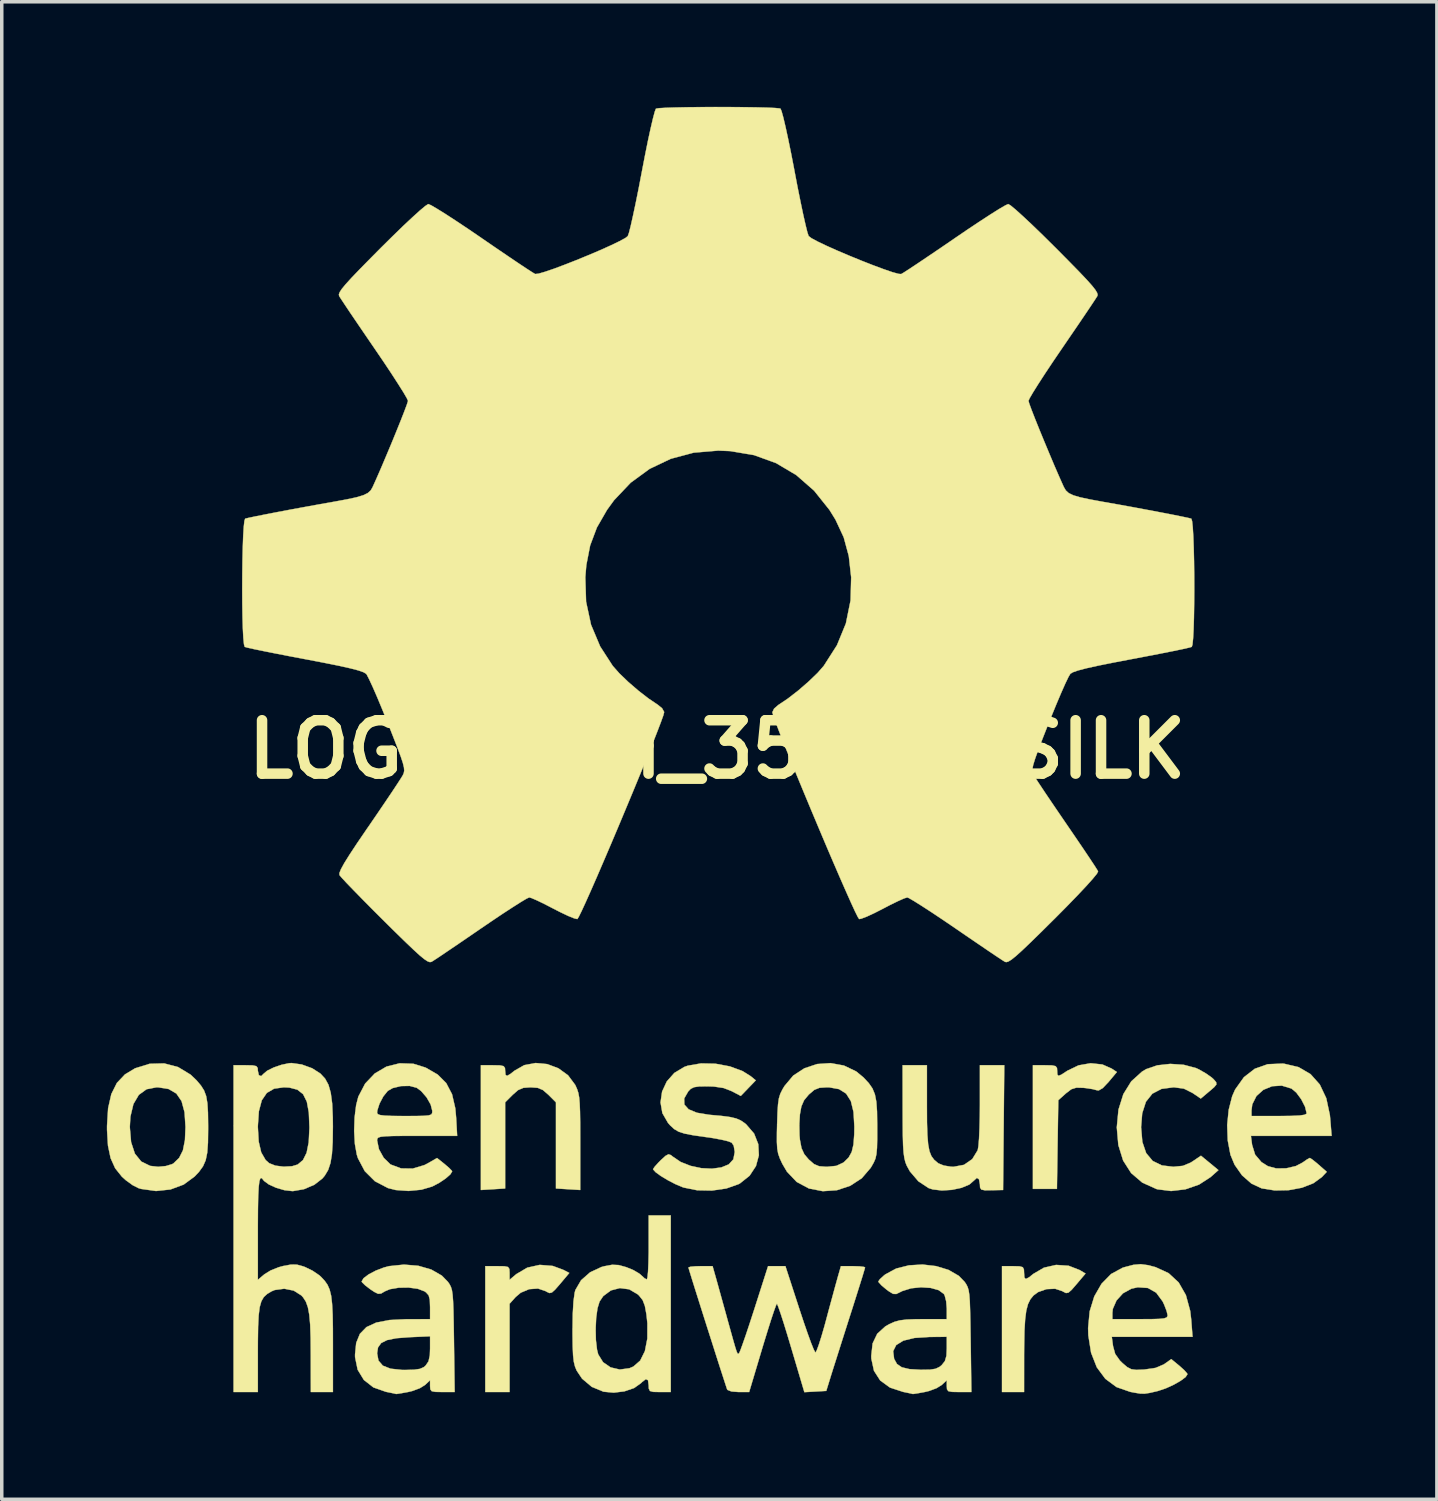
<source format=kicad_pcb>
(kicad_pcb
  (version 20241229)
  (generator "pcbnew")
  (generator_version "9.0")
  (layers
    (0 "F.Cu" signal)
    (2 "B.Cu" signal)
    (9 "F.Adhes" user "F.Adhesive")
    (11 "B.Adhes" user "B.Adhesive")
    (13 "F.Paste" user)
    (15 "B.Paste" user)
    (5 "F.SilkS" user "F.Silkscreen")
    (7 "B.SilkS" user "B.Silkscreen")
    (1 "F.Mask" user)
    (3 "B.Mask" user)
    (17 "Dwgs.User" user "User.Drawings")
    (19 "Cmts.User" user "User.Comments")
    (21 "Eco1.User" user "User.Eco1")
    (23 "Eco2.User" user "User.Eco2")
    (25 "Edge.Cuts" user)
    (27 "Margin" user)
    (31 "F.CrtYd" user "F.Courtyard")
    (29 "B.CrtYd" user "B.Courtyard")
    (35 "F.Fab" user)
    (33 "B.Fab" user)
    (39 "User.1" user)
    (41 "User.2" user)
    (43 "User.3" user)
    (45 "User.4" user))
  (footprint "LOGO_OSH_35MM_FSILK"
    (layer "F.Cu")
    (at 17.42 18.343)
    (property "Reference" "LOGO_OSH_35MM_FSILK" (at 0 0 0) (layer "F.SilkS") (effects (font (size 1.524 1.524) (thickness 0.3))))
    (attr through_hole)
    (fp_poly (pts (xy -4.692 14.742) (xy -4.397 14.851) (xy -4.22 14.942) (xy -4.48 15.252) (xy -4.624 15.417) (xy -4.716 15.5) (xy -4.787 15.516) (xy -4.866 15.479) (xy -4.893 15.462) (xy -5.113 15.387) (xy -5.366 15.405) (xy -5.608 15.507) (xy -5.751 15.628) (xy -5.925 15.822) (xy -5.925 18.341) (xy -6.618 18.341) (xy -6.618 14.748) (xy -6.271 14.748) (xy -6.073 14.751) (xy -5.97 14.772) (xy -5.931 14.828) (xy -5.925 14.936) (xy -5.925 14.943) (xy -5.925 15.138) (xy -5.733 14.976) (xy -5.419 14.791) (xy -5.063 14.712) (xy -4.692 14.742)) (stroke (width 0.01) (type solid)) (fill yes) (layer "F.SilkS"))
    (fp_poly (pts (xy 10.997 8.992) (xy 11.258 9.107) (xy 11.41 9.207) (xy 11.174 9.489) (xy 11.009 9.664) (xy 10.891 9.733) (xy 10.842 9.728) (xy 10.723 9.696) (xy 10.537 9.667) (xy 10.454 9.658) (xy 10.254 9.653) (xy 10.11 9.698) (xy 9.958 9.814) (xy 9.95 9.821) (xy 9.738 10.011) (xy 9.718 11.277) (xy 9.699 12.542) (xy 9.013 12.542) (xy 9.013 9.013) (xy 9.36 9.013) (xy 9.558 9.017) (xy 9.661 9.039) (xy 9.701 9.092) (xy 9.706 9.17) (xy 9.711 9.279) (xy 9.743 9.316) (xy 9.828 9.281) (xy 9.99 9.175) (xy 9.993 9.172) (xy 10.315 9.017) (xy 10.661 8.956) (xy 10.997 8.992)) (stroke (width 0.01) (type solid)) (fill yes) (layer "F.SilkS"))
    (fp_poly (pts (xy 10.033 14.737) (xy 10.347 14.859) (xy 10.515 14.959) (xy 10.261 15.26) (xy 10.12 15.423) (xy 10.029 15.503) (xy 9.958 15.516) (xy 9.877 15.476) (xy 9.855 15.462) (xy 9.648 15.393) (xy 9.401 15.404) (xy 9.164 15.487) (xy 9.03 15.585) (xy 8.941 15.694) (xy 8.873 15.832) (xy 8.824 16.016) (xy 8.792 16.264) (xy 8.772 16.593) (xy 8.764 17.021) (xy 8.762 17.285) (xy 8.761 18.341) (xy 8.131 18.341) (xy 8.131 14.748) (xy 8.446 14.748) (xy 8.632 14.753) (xy 8.725 14.778) (xy 8.757 14.844) (xy 8.761 14.937) (xy 8.77 15.073) (xy 8.811 15.115) (xy 8.906 15.065) (xy 9.022 14.971) (xy 9.328 14.792) (xy 9.676 14.713) (xy 10.033 14.737)) (stroke (width 0.01) (type solid)) (fill yes) (layer "F.SilkS"))
    (fp_poly (pts (xy -4.85 8.981) (xy -4.532 9.1) (xy -4.257 9.299) (xy -4.053 9.572) (xy -4.041 9.596) (xy -3.997 9.696) (xy -3.963 9.801) (xy -3.939 9.93) (xy -3.924 10.102) (xy -3.914 10.337) (xy -3.909 10.652) (xy -3.908 11.069) (xy -3.908 11.223) (xy -3.908 12.574) (xy -4.601 12.531) (xy -4.601 10.072) (xy -4.815 9.857) (xy -4.974 9.72) (xy -5.124 9.658) (xy -5.326 9.643) (xy -5.531 9.658) (xy -5.681 9.722) (xy -5.836 9.857) (xy -6.051 10.072) (xy -6.051 12.531) (xy -6.744 12.574) (xy -6.744 9.013) (xy -6.397 9.013) (xy -6.199 9.017) (xy -6.095 9.039) (xy -6.056 9.092) (xy -6.051 9.17) (xy -6.04 9.288) (xy -5.995 9.317) (xy -5.894 9.257) (xy -5.79 9.173) (xy -5.507 9.011) (xy -5.184 8.95) (xy -4.85 8.981)) (stroke (width 0.01) (type solid)) (fill yes) (layer "F.SilkS"))
    (fp_poly (pts (xy 13.319 9.001) (xy 13.665 9.093) (xy 13.755 9.134) (xy 13.953 9.248) (xy 14.12 9.366) (xy 14.176 9.418) (xy 14.244 9.498) (xy 14.252 9.561) (xy 14.186 9.641) (xy 14.052 9.756) (xy 13.805 9.964) (xy 13.569 9.804) (xy 13.322 9.681) (xy 13.04 9.643) (xy 13.029 9.643) (xy 12.685 9.688) (xy 12.422 9.825) (xy 12.239 10.056) (xy 12.133 10.384) (xy 12.101 10.781) (xy 12.137 11.202) (xy 12.246 11.521) (xy 12.431 11.744) (xy 12.695 11.873) (xy 13.022 11.912) (xy 13.295 11.885) (xy 13.519 11.791) (xy 13.577 11.754) (xy 13.81 11.596) (xy 14.06 11.801) (xy 14.309 12.007) (xy 14.082 12.208) (xy 13.755 12.42) (xy 13.366 12.555) (xy 12.958 12.603) (xy 12.572 12.555) (xy 12.542 12.547) (xy 12.136 12.364) (xy 11.818 12.092) (xy 11.589 11.734) (xy 11.452 11.292) (xy 11.408 10.788) (xy 11.456 10.28) (xy 11.595 9.838) (xy 11.821 9.473) (xy 12.127 9.196) (xy 12.249 9.123) (xy 12.563 9.016) (xy 12.935 8.975) (xy 13.319 9.001)) (stroke (width 0.01) (type solid)) (fill yes) (layer "F.SilkS"))
    (fp_poly (pts (xy 5.988 10.182) (xy 5.99 10.647) (xy 6.001 11.003) (xy 6.023 11.27) (xy 6.06 11.465) (xy 6.116 11.607) (xy 6.195 11.713) (xy 6.299 11.801) (xy 6.316 11.814) (xy 6.469 11.876) (xy 6.678 11.91) (xy 6.749 11.912) (xy 7.047 11.856) (xy 7.282 11.693) (xy 7.438 11.438) (xy 7.458 11.323) (xy 7.476 11.106) (xy 7.489 10.811) (xy 7.498 10.461) (xy 7.5 10.143) (xy 7.5 9.013) (xy 8.196 9.013) (xy 8.179 10.793) (xy 8.162 12.574) (xy 7.831 12.581) (xy 7.639 12.582) (xy 7.541 12.562) (xy 7.505 12.504) (xy 7.5 12.408) (xy 7.475 12.269) (xy 7.414 12.228) (xy 7.339 12.297) (xy 7.2 12.418) (xy 6.975 12.512) (xy 6.701 12.57) (xy 6.416 12.588) (xy 6.156 12.558) (xy 6.038 12.52) (xy 5.745 12.327) (xy 5.503 12.044) (xy 5.413 11.881) (xy 5.373 11.78) (xy 5.344 11.662) (xy 5.322 11.507) (xy 5.308 11.297) (xy 5.3 11.012) (xy 5.297 10.633) (xy 5.296 10.321) (xy 5.294 9.013) (xy 5.988 9.013) (xy 5.988 10.182)) (stroke (width 0.01) (type solid)) (fill yes) (layer "F.SilkS"))
    (fp_poly (pts (xy -15.388 9.065) (xy -15.031 9.281) (xy -14.86 9.444) (xy -14.734 9.593) (xy -14.645 9.734) (xy -14.586 9.892) (xy -14.551 10.094) (xy -14.534 10.365) (xy -14.529 10.729) (xy -14.529 10.841) (xy -14.534 11.224) (xy -14.555 11.509) (xy -14.599 11.724) (xy -14.675 11.897) (xy -14.789 12.055) (xy -14.916 12.19) (xy -15.227 12.419) (xy -15.604 12.559) (xy -16.017 12.603) (xy -16.438 12.544) (xy -16.513 12.523) (xy -16.683 12.437) (xy -16.879 12.295) (xy -16.992 12.193) (xy -17.183 11.953) (xy -17.313 11.665) (xy -17.388 11.307) (xy -17.415 10.856) (xy -17.415 10.778) (xy -16.765 10.778) (xy -16.728 11.209) (xy -16.62 11.537) (xy -16.438 11.762) (xy -16.184 11.886) (xy -15.955 11.912) (xy -15.737 11.891) (xy -15.557 11.836) (xy -15.518 11.814) (xy -15.356 11.657) (xy -15.249 11.444) (xy -15.191 11.151) (xy -15.175 10.778) (xy -15.202 10.355) (xy -15.287 10.039) (xy -15.436 9.821) (xy -15.656 9.692) (xy -15.952 9.644) (xy -16.001 9.643) (xy -16.286 9.698) (xy -16.507 9.858) (xy -16.662 10.121) (xy -16.748 10.481) (xy -16.765 10.778) (xy -17.415 10.778) (xy -17.415 10.746) (xy -17.384 10.241) (xy -17.292 9.836) (xy -17.134 9.519) (xy -16.903 9.275) (xy -16.615 9.101) (xy -16.199 8.972) (xy -15.784 8.961) (xy -15.388 9.065)) (stroke (width 0.01) (type solid)) (fill yes) (layer "F.SilkS"))
    (fp_poly (pts (xy 16.184 8.97) (xy 16.598 9.068) (xy 16.938 9.267) (xy 17.202 9.563) (xy 17.387 9.954) (xy 17.49 10.437) (xy 17.5 10.541) (xy 17.54 11.03) (xy 15.236 11.03) (xy 15.27 11.287) (xy 15.356 11.565) (xy 15.536 11.778) (xy 15.72 11.894) (xy 15.955 11.958) (xy 16.239 11.956) (xy 16.516 11.892) (xy 16.704 11.795) (xy 16.832 11.706) (xy 16.912 11.661) (xy 16.918 11.66) (xy 16.98 11.698) (xy 17.101 11.794) (xy 17.175 11.858) (xy 17.401 12.056) (xy 17.262 12.204) (xy 17.02 12.381) (xy 16.693 12.509) (xy 16.315 12.579) (xy 15.918 12.587) (xy 15.545 12.528) (xy 15.251 12.391) (xy 14.983 12.156) (xy 14.77 11.853) (xy 14.652 11.569) (xy 14.575 11.162) (xy 14.559 10.72) (xy 14.601 10.299) (xy 15.253 10.299) (xy 15.253 10.463) (xy 16.04 10.463) (xy 16.389 10.459) (xy 16.627 10.448) (xy 16.767 10.427) (xy 16.824 10.396) (xy 16.827 10.384) (xy 16.782 10.199) (xy 16.673 9.985) (xy 16.532 9.794) (xy 16.395 9.679) (xy 16.117 9.595) (xy 15.841 9.612) (xy 15.591 9.715) (xy 15.394 9.892) (xy 15.275 10.128) (xy 15.253 10.299) (xy 14.601 10.299) (xy 14.602 10.285) (xy 14.701 9.899) (xy 14.785 9.708) (xy 15.036 9.355) (xy 15.346 9.114) (xy 15.715 8.984) (xy 16.142 8.966) (xy 16.184 8.97)) (stroke (width 0.01) (type solid)) (fill yes) (layer "F.SilkS"))
    (fp_poly (pts (xy 12.306 14.721) (xy 12.517 14.778) (xy 12.886 14.948) (xy 13.174 15.214) (xy 13.38 15.574) (xy 13.503 16.026) (xy 13.531 16.263) (xy 13.57 16.765) (xy 11.265 16.765) (xy 11.301 17.033) (xy 11.362 17.254) (xy 11.495 17.441) (xy 11.568 17.513) (xy 11.705 17.63) (xy 11.821 17.69) (xy 11.964 17.709) (xy 12.183 17.7) (xy 12.189 17.7) (xy 12.516 17.652) (xy 12.749 17.553) (xy 12.771 17.538) (xy 12.963 17.402) (xy 13.194 17.592) (xy 13.33 17.714) (xy 13.413 17.807) (xy 13.425 17.833) (xy 13.371 17.915) (xy 13.228 18.021) (xy 13.03 18.134) (xy 12.806 18.236) (xy 12.588 18.309) (xy 12.559 18.317) (xy 12.346 18.366) (xy 12.203 18.388) (xy 12.077 18.386) (xy 11.917 18.36) (xy 11.791 18.336) (xy 11.4 18.2) (xy 11.081 17.964) (xy 10.837 17.635) (xy 10.674 17.22) (xy 10.595 16.724) (xy 10.589 16.515) (xy 10.63 16.081) (xy 11.282 16.081) (xy 11.282 16.261) (xy 12.07 16.261) (xy 12.398 16.26) (xy 12.621 16.253) (xy 12.757 16.239) (xy 12.829 16.214) (xy 12.855 16.175) (xy 12.858 16.148) (xy 12.83 16.028) (xy 12.761 15.849) (xy 12.716 15.754) (xy 12.533 15.506) (xy 12.295 15.371) (xy 12.008 15.351) (xy 11.823 15.392) (xy 11.585 15.523) (xy 11.399 15.728) (xy 11.294 15.969) (xy 11.282 16.081) (xy 10.63 16.081) (xy 10.634 16.038) (xy 10.765 15.612) (xy 10.972 15.251) (xy 11.244 14.973) (xy 11.571 14.795) (xy 11.623 14.778) (xy 11.885 14.71) (xy 12.092 14.692) (xy 12.306 14.721)) (stroke (width 0.01) (type solid)) (fill yes) (layer "F.SilkS"))
    (fp_poly (pts (xy -1.324 18.341) (xy -1.639 18.341) (xy -1.825 18.337) (xy -1.918 18.311) (xy -1.95 18.245) (xy -1.954 18.152) (xy -1.973 18.004) (xy -2.035 17.973) (xy -2.145 18.058) (xy -2.172 18.086) (xy -2.37 18.227) (xy -2.645 18.321) (xy -2.952 18.359) (xy -3.242 18.332) (xy -3.577 18.194) (xy -3.855 17.96) (xy -4.009 17.73) (xy -4.057 17.613) (xy -4.091 17.475) (xy -4.112 17.291) (xy -4.123 17.037) (xy -4.128 16.689) (xy -4.128 16.576) (xy -4.127 16.542) (xy -3.468 16.542) (xy -3.461 16.857) (xy -3.429 17.13) (xy -3.395 17.266) (xy -3.256 17.49) (xy -3.041 17.638) (xy -2.78 17.699) (xy -2.504 17.662) (xy -2.393 17.615) (xy -2.196 17.444) (xy -2.062 17.173) (xy -1.992 16.814) (xy -1.991 16.378) (xy -2.018 16.126) (xy -2.063 15.881) (xy -2.126 15.717) (xy -2.228 15.589) (xy -2.267 15.552) (xy -2.51 15.409) (xy -2.776 15.374) (xy -3.034 15.441) (xy -3.251 15.603) (xy -3.356 15.758) (xy -3.415 15.95) (xy -3.453 16.225) (xy -3.468 16.542) (xy -4.127 16.542) (xy -4.121 16.11) (xy -4.1 15.749) (xy -4.066 15.502) (xy -4.046 15.429) (xy -3.884 15.151) (xy -3.626 14.924) (xy -3.301 14.772) (xy -3.223 14.751) (xy -2.997 14.709) (xy -2.812 14.717) (xy -2.594 14.777) (xy -2.39 14.861) (xy -2.225 14.958) (xy -2.172 15.003) (xy -2.07 15.096) (xy -2.007 15.127) (xy -1.988 15.067) (xy -1.972 14.904) (xy -1.961 14.659) (xy -1.954 14.355) (xy -1.954 14.213) (xy -1.954 13.299) (xy -1.324 13.299) (xy -1.324 18.341)) (stroke (width 0.01) (type solid)) (fill yes) (layer "F.SilkS"))
    (fp_poly (pts (xy 3.618 9.022) (xy 3.969 9.19) (xy 4.181 9.365) (xy 4.329 9.525) (xy 4.434 9.676) (xy 4.503 9.844) (xy 4.544 10.055) (xy 4.564 10.335) (xy 4.569 10.712) (xy 4.569 10.783) (xy 4.569 11.128) (xy 4.563 11.374) (xy 4.547 11.548) (xy 4.519 11.677) (xy 4.471 11.789) (xy 4.402 11.91) (xy 4.379 11.946) (xy 4.128 12.239) (xy 3.798 12.454) (xy 3.419 12.58) (xy 3.017 12.608) (xy 2.619 12.531) (xy 2.616 12.529) (xy 2.271 12.344) (xy 1.994 12.053) (xy 1.859 11.823) (xy 1.789 11.671) (xy 1.742 11.538) (xy 1.716 11.392) (xy 1.705 11.203) (xy 1.706 10.941) (xy 1.712 10.704) (xy 2.345 10.704) (xy 2.351 11.012) (xy 2.362 11.137) (xy 2.408 11.38) (xy 2.488 11.554) (xy 2.615 11.704) (xy 2.766 11.835) (xy 2.911 11.896) (xy 3.113 11.912) (xy 3.137 11.912) (xy 3.403 11.885) (xy 3.599 11.794) (xy 3.62 11.778) (xy 3.753 11.648) (xy 3.841 11.49) (xy 3.892 11.275) (xy 3.914 10.978) (xy 3.917 10.767) (xy 3.893 10.348) (xy 3.817 10.036) (xy 3.681 9.822) (xy 3.479 9.695) (xy 3.204 9.645) (xy 3.131 9.643) (xy 2.922 9.657) (xy 2.773 9.716) (xy 2.621 9.846) (xy 2.615 9.851) (xy 2.481 10.013) (xy 2.404 10.19) (xy 2.362 10.419) (xy 2.345 10.704) (xy 1.712 10.704) (xy 1.712 10.698) (xy 1.723 10.366) (xy 1.738 10.131) (xy 1.762 9.962) (xy 1.802 9.83) (xy 1.864 9.705) (xy 1.923 9.606) (xy 2.173 9.308) (xy 2.493 9.099) (xy 2.856 8.979) (xy 3.239 8.953) (xy 3.618 9.022)) (stroke (width 0.01) (type solid)) (fill yes) (layer "F.SilkS"))
    (fp_poly (pts (xy -8.668 8.972) (xy -8.32 9.081) (xy -7.979 9.278) (xy -7.732 9.525) (xy -7.567 9.841) (xy -7.474 10.243) (xy -7.45 10.51) (xy -7.421 11.03) (xy -8.564 11.03) (xy -8.969 11.03) (xy -9.264 11.033) (xy -9.468 11.041) (xy -9.597 11.054) (xy -9.669 11.076) (xy -9.699 11.107) (xy -9.706 11.151) (xy -9.706 11.158) (xy -9.654 11.41) (xy -9.518 11.655) (xy -9.331 11.838) (xy -9.316 11.848) (xy -9.02 11.958) (xy -8.689 11.963) (xy -8.355 11.863) (xy -8.268 11.818) (xy -7.995 11.662) (xy -7.779 11.834) (xy -7.648 11.947) (xy -7.571 12.027) (xy -7.563 12.043) (xy -7.615 12.128) (xy -7.747 12.244) (xy -7.93 12.368) (xy -8.131 12.474) (xy -8.443 12.566) (xy -8.81 12.601) (xy -9.173 12.575) (xy -9.396 12.519) (xy -9.77 12.323) (xy -10.058 12.036) (xy -10.253 11.667) (xy -10.285 11.567) (xy -10.34 11.262) (xy -10.361 10.891) (xy -10.348 10.504) (xy -10.331 10.366) (xy -9.706 10.366) (xy -9.689 10.407) (xy -9.624 10.434) (xy -9.492 10.451) (xy -9.275 10.46) (xy -8.952 10.463) (xy -8.918 10.463) (xy -8.592 10.462) (xy -8.371 10.457) (xy -8.235 10.445) (xy -8.163 10.421) (xy -8.135 10.381) (xy -8.131 10.322) (xy -8.131 10.314) (xy -8.177 10.134) (xy -8.294 9.929) (xy -8.45 9.749) (xy -8.574 9.657) (xy -8.777 9.603) (xy -9.026 9.608) (xy -9.261 9.665) (xy -9.402 9.746) (xy -9.529 9.903) (xy -9.638 10.11) (xy -9.701 10.308) (xy -9.706 10.366) (xy -10.331 10.366) (xy -10.304 10.15) (xy -10.242 9.91) (xy -10.047 9.537) (xy -9.772 9.248) (xy -9.438 9.052) (xy -9.063 8.958) (xy -8.668 8.972)) (stroke (width 0.01) (type solid)) (fill yes) (layer "F.SilkS"))
    (fp_poly (pts (xy -0.047 8.97) (xy 0.362 9.046) (xy 0.727 9.181) (xy 0.959 9.327) (xy 1.103 9.445) (xy 0.889 9.667) (xy 0.675 9.889) (xy 0.416 9.753) (xy 0.184 9.663) (xy -0.095 9.621) (xy -0.273 9.615) (xy -0.511 9.618) (xy -0.66 9.64) (xy -0.756 9.689) (xy -0.825 9.76) (xy -0.941 9.963) (xy -0.936 10.135) (xy -0.815 10.271) (xy -0.579 10.369) (xy -0.231 10.427) (xy -0.211 10.429) (xy 0.13 10.46) (xy 0.372 10.492) (xy 0.544 10.533) (xy 0.673 10.589) (xy 0.788 10.667) (xy 0.829 10.701) (xy 1.055 10.964) (xy 1.174 11.266) (xy 1.191 11.583) (xy 1.108 11.891) (xy 0.927 12.166) (xy 0.654 12.384) (xy 0.61 12.408) (xy 0.262 12.531) (xy -0.147 12.59) (xy -0.568 12.582) (xy -0.952 12.505) (xy -0.99 12.492) (xy -1.193 12.406) (xy -1.408 12.294) (xy -1.606 12.175) (xy -1.755 12.067) (xy -1.826 11.989) (xy -1.828 11.979) (xy -1.786 11.914) (xy -1.681 11.797) (xy -1.609 11.724) (xy -1.473 11.6) (xy -1.389 11.555) (xy -1.32 11.578) (xy -1.277 11.614) (xy -1.041 11.774) (xy -0.757 11.886) (xy -0.451 11.951) (xy -0.15 11.966) (xy 0.12 11.93) (xy 0.332 11.843) (xy 0.459 11.704) (xy 0.465 11.689) (xy 0.503 11.488) (xy 0.473 11.308) (xy 0.414 11.223) (xy 0.317 11.184) (xy 0.125 11.138) (xy -0.131 11.091) (xy -0.34 11.061) (xy -0.682 11.012) (xy -0.927 10.965) (xy -1.1 10.909) (xy -1.229 10.833) (xy -1.342 10.728) (xy -1.403 10.658) (xy -1.563 10.38) (xy -1.616 10.074) (xy -1.571 9.765) (xy -1.437 9.476) (xy -1.222 9.233) (xy -0.934 9.06) (xy -0.837 9.026) (xy -0.46 8.961) (xy -0.047 8.97)) (stroke (width 0.01) (type solid)) (fill yes) (layer "F.SilkS"))
    (fp_poly (pts (xy -8.529 14.738) (xy -8.16 14.845) (xy -7.859 15.018) (xy -7.684 15.197) (xy -7.635 15.269) (xy -7.598 15.343) (xy -7.57 15.436) (xy -7.551 15.566) (xy -7.537 15.75) (xy -7.527 16.006) (xy -7.52 16.351) (xy -7.513 16.801) (xy -7.512 16.876) (xy -7.492 18.341) (xy -7.843 18.341) (xy -8.043 18.337) (xy -8.147 18.317) (xy -8.187 18.264) (xy -8.194 18.172) (xy -8.194 18.004) (xy -8.339 18.14) (xy -8.485 18.231) (xy -8.696 18.31) (xy -8.82 18.34) (xy -9.007 18.374) (xy -9.132 18.394) (xy -9.163 18.397) (xy -9.223 18.382) (xy -9.367 18.352) (xy -9.454 18.335) (xy -9.812 18.209) (xy -10.084 17.996) (xy -10.261 17.705) (xy -10.335 17.346) (xy -10.336 17.276) (xy -10.332 17.235) (xy -9.706 17.235) (xy -9.667 17.444) (xy -9.542 17.589) (xy -9.322 17.675) (xy -8.996 17.71) (xy -8.91 17.711) (xy -8.651 17.704) (xy -8.484 17.68) (xy -8.374 17.631) (xy -8.32 17.585) (xy -8.239 17.466) (xy -8.201 17.294) (xy -8.194 17.104) (xy -8.194 16.75) (xy -8.783 16.776) (xy -9.157 16.805) (xy -9.421 16.858) (xy -9.59 16.943) (xy -9.68 17.068) (xy -9.706 17.235) (xy -10.332 17.235) (xy -10.303 16.94) (xy -10.197 16.68) (xy -10.01 16.488) (xy -9.731 16.359) (xy -9.353 16.286) (xy -8.871 16.262) (xy -8.194 16.261) (xy -8.194 15.916) (xy -8.202 15.706) (xy -8.235 15.58) (xy -8.31 15.497) (xy -8.352 15.467) (xy -8.545 15.394) (xy -8.807 15.359) (xy -9.089 15.363) (xy -9.341 15.406) (xy -9.484 15.466) (xy -9.592 15.53) (xy -9.678 15.537) (xy -9.787 15.483) (xy -9.901 15.407) (xy -10.046 15.296) (xy -10.134 15.21) (xy -10.147 15.184) (xy -10.092 15.092) (xy -9.947 14.983) (xy -9.744 14.876) (xy -9.515 14.788) (xy -9.365 14.748) (xy -8.939 14.704) (xy -8.529 14.738)) (stroke (width 0.01) (type solid)) (fill yes) (layer "F.SilkS"))
    (fp_poly (pts (xy 6.25 14.747) (xy 6.604 14.855) (xy 6.897 15.024) (xy 7.065 15.197) (xy 7.113 15.269) (xy 7.15 15.343) (xy 7.178 15.436) (xy 7.198 15.566) (xy 7.212 15.75) (xy 7.221 16.006) (xy 7.229 16.351) (xy 7.236 16.801) (xy 7.237 16.876) (xy 7.257 18.341) (xy 6.906 18.341) (xy 6.706 18.337) (xy 6.601 18.317) (xy 6.561 18.264) (xy 6.555 18.172) (xy 6.555 18.004) (xy 6.41 18.14) (xy 6.263 18.231) (xy 6.052 18.31) (xy 5.928 18.34) (xy 5.742 18.374) (xy 5.617 18.394) (xy 5.585 18.397) (xy 5.525 18.382) (xy 5.383 18.352) (xy 5.309 18.337) (xy 4.934 18.214) (xy 4.655 18.012) (xy 4.477 17.735) (xy 4.401 17.386) (xy 4.399 17.31) (xy 4.414 17.175) (xy 5.024 17.175) (xy 5.052 17.395) (xy 5.133 17.541) (xy 5.271 17.635) (xy 5.488 17.687) (xy 5.805 17.706) (xy 5.826 17.706) (xy 6.075 17.702) (xy 6.236 17.677) (xy 6.349 17.623) (xy 6.409 17.574) (xy 6.501 17.458) (xy 6.545 17.308) (xy 6.555 17.101) (xy 6.555 16.765) (xy 6.066 16.769) (xy 5.633 16.797) (xy 5.315 16.874) (xy 5.111 17) (xy 5.024 17.175) (xy 4.414 17.175) (xy 4.438 16.954) (xy 4.57 16.678) (xy 4.801 16.468) (xy 4.915 16.403) (xy 5.063 16.337) (xy 5.217 16.295) (xy 5.41 16.272) (xy 5.676 16.262) (xy 5.875 16.261) (xy 6.555 16.261) (xy 6.555 15.958) (xy 6.538 15.753) (xy 6.496 15.587) (xy 6.472 15.542) (xy 6.324 15.433) (xy 6.094 15.369) (xy 5.819 15.351) (xy 5.537 15.38) (xy 5.284 15.459) (xy 5.223 15.49) (xy 5.113 15.543) (xy 5.022 15.539) (xy 4.903 15.467) (xy 4.829 15.412) (xy 4.692 15.297) (xy 4.611 15.208) (xy 4.601 15.185) (xy 4.647 15.118) (xy 4.762 15.014) (xy 4.806 14.98) (xy 5.112 14.816) (xy 5.475 14.725) (xy 5.863 14.702) (xy 6.25 14.747)) (stroke (width 0.01) (type solid)) (fill yes) (layer "F.SilkS"))
    (fp_poly (pts (xy -0.036 15.079) (xy 0.017 15.268) (xy 0.093 15.543) (xy 0.183 15.867) (xy 0.277 16.206) (xy 0.283 16.23) (xy 0.389 16.611) (xy 0.466 16.887) (xy 0.52 17.073) (xy 0.557 17.186) (xy 0.582 17.241) (xy 0.601 17.253) (xy 0.618 17.24) (xy 0.629 17.229) (xy 0.662 17.155) (xy 0.726 16.979) (xy 0.816 16.722) (xy 0.923 16.401) (xy 1.042 16.036) (xy 1.066 15.962) (xy 1.454 14.748) (xy 1.949 14.748) (xy 2.35 15.981) (xy 2.473 16.351) (xy 2.586 16.677) (xy 2.682 16.941) (xy 2.756 17.124) (xy 2.801 17.21) (xy 2.806 17.214) (xy 2.841 17.156) (xy 2.9 16.998) (xy 2.976 16.759) (xy 3.062 16.463) (xy 3.103 16.312) (xy 3.197 15.96) (xy 3.289 15.623) (xy 3.368 15.332) (xy 3.427 15.12) (xy 3.438 15.079) (xy 3.533 14.748) (xy 3.878 14.748) (xy 4.067 14.754) (xy 4.193 14.77) (xy 4.223 14.785) (xy 4.204 14.852) (xy 4.153 15.023) (xy 4.073 15.279) (xy 3.971 15.603) (xy 3.852 15.979) (xy 3.775 16.218) (xy 3.641 16.639) (xy 3.513 17.041) (xy 3.399 17.401) (xy 3.305 17.696) (xy 3.24 17.904) (xy 3.222 17.963) (xy 3.115 18.309) (xy 2.802 18.327) (xy 2.49 18.345) (xy 2.116 17.083) (xy 2.003 16.706) (xy 1.901 16.375) (xy 1.814 16.106) (xy 1.748 15.917) (xy 1.711 15.825) (xy 1.705 15.82) (xy 1.677 15.877) (xy 1.619 16.038) (xy 1.537 16.284) (xy 1.438 16.599) (xy 1.326 16.963) (xy 1.291 17.08) (xy 0.914 18.341) (xy 0.613 18.341) (xy 0.409 18.325) (xy 0.297 18.281) (xy 0.284 18.262) (xy 0.24 18.129) (xy 0.168 17.907) (xy 0.073 17.614) (xy -0.038 17.267) (xy -0.159 16.886) (xy -0.286 16.489) (xy -0.411 16.095) (xy -0.529 15.721) (xy -0.635 15.386) (xy -0.722 15.108) (xy -0.784 14.906) (xy -0.816 14.799) (xy -0.819 14.786) (xy -0.762 14.765) (xy -0.615 14.752) (xy -0.474 14.748) (xy -0.13 14.748) (xy -0.036 15.079)) (stroke (width 0.01) (type solid)) (fill yes) (layer "F.SilkS"))
    (fp_poly (pts (xy -11.857 8.992) (xy -11.56 9.1) (xy -11.323 9.252) (xy -11.19 9.396) (xy -11.094 9.572) (xy -11.029 9.801) (xy -10.989 10.103) (xy -10.971 10.498) (xy -10.968 10.764) (xy -10.974 11.206) (xy -10.995 11.545) (xy -11.037 11.803) (xy -11.103 12.002) (xy -11.199 12.163) (xy -11.269 12.247) (xy -11.497 12.424) (xy -11.793 12.551) (xy -12.103 12.605) (xy -12.133 12.605) (xy -12.352 12.579) (xy -12.589 12.51) (xy -12.798 12.415) (xy -12.936 12.313) (xy -12.952 12.291) (xy -13 12.233) (xy -13.038 12.24) (xy -13.066 12.322) (xy -13.086 12.488) (xy -13.1 12.75) (xy -13.107 13.115) (xy -13.11 13.595) (xy -13.11 13.683) (xy -13.11 15.138) (xy -12.921 14.979) (xy -12.749 14.873) (xy -12.518 14.78) (xy -12.388 14.744) (xy -12.164 14.703) (xy -11.995 14.705) (xy -11.819 14.753) (xy -11.762 14.774) (xy -11.549 14.878) (xy -11.355 15.01) (xy -11.31 15.051) (xy -11.203 15.165) (xy -11.121 15.281) (xy -11.061 15.418) (xy -11.018 15.592) (xy -10.991 15.823) (xy -10.975 16.128) (xy -10.968 16.524) (xy -10.967 16.984) (xy -10.967 18.341) (xy -11.597 18.341) (xy -11.599 17.285) (xy -11.603 16.799) (xy -11.616 16.421) (xy -11.642 16.134) (xy -11.682 15.92) (xy -11.74 15.76) (xy -11.818 15.639) (xy -11.867 15.585) (xy -12.086 15.446) (xy -12.356 15.392) (xy -12.628 15.429) (xy -12.72 15.467) (xy -12.845 15.542) (xy -12.941 15.631) (xy -13.01 15.751) (xy -13.058 15.92) (xy -13.087 16.155) (xy -13.103 16.473) (xy -13.109 16.891) (xy -13.11 17.14) (xy -13.11 18.341) (xy -13.803 18.341) (xy -13.803 10.778) (xy -13.11 10.778) (xy -13.086 11.192) (xy -13.014 11.501) (xy -12.888 11.719) (xy -12.787 11.809) (xy -12.61 11.879) (xy -12.372 11.909) (xy -12.133 11.896) (xy -11.972 11.847) (xy -11.821 11.719) (xy -11.718 11.512) (xy -11.658 11.213) (xy -11.638 10.809) (xy -11.638 10.778) (xy -11.655 10.361) (xy -11.712 10.053) (xy -11.818 9.84) (xy -11.981 9.711) (xy -12.21 9.651) (xy -12.367 9.643) (xy -12.646 9.682) (xy -12.854 9.803) (xy -12.998 10.015) (xy -13.081 10.327) (xy -13.11 10.746) (xy -13.11 10.778) (xy -13.803 10.778) (xy -13.803 9.013) (xy -13.456 9.013) (xy -13.258 9.017) (xy -13.154 9.039) (xy -13.115 9.092) (xy -13.11 9.17) (xy -13.082 9.297) (xy -13.015 9.324) (xy -12.948 9.258) (xy -12.842 9.169) (xy -12.656 9.077) (xy -12.434 9.001) (xy -12.221 8.956) (xy -12.146 8.951) (xy -11.857 8.992)) (stroke (width 0.01) (type solid)) (fill yes) (layer "F.SilkS"))
    (fp_poly (pts (xy 0.351 -18.337) (xy 0.75 -18.334) (xy 1.113 -18.329) (xy 1.42 -18.321) (xy 1.651 -18.311) (xy 1.785 -18.298) (xy 1.809 -18.291) (xy 1.839 -18.219) (xy 1.889 -18.039) (xy 1.953 -17.767) (xy 2.028 -17.421) (xy 2.111 -17.015) (xy 2.198 -16.567) (xy 2.208 -16.512) (xy 2.295 -16.055) (xy 2.38 -15.634) (xy 2.457 -15.266) (xy 2.524 -14.97) (xy 2.576 -14.761) (xy 2.611 -14.657) (xy 2.613 -14.654) (xy 2.694 -14.592) (xy 2.871 -14.497) (xy 3.123 -14.377) (xy 3.427 -14.241) (xy 3.763 -14.098) (xy 4.11 -13.956) (xy 4.446 -13.824) (xy 4.75 -13.711) (xy 5 -13.625) (xy 5.177 -13.576) (xy 5.253 -13.57) (xy 5.328 -13.614) (xy 5.493 -13.72) (xy 5.732 -13.879) (xy 6.032 -14.081) (xy 6.378 -14.315) (xy 6.755 -14.573) (xy 6.775 -14.587) (xy 7.154 -14.845) (xy 7.503 -15.077) (xy 7.807 -15.275) (xy 8.052 -15.429) (xy 8.224 -15.529) (xy 8.308 -15.568) (xy 8.31 -15.568) (xy 8.381 -15.525) (xy 8.528 -15.403) (xy 8.738 -15.213) (xy 8.999 -14.968) (xy 9.298 -14.679) (xy 9.624 -14.356) (xy 9.667 -14.314) (xy 10.038 -13.939) (xy 10.328 -13.643) (xy 10.545 -13.414) (xy 10.698 -13.243) (xy 10.796 -13.119) (xy 10.847 -13.033) (xy 10.861 -12.974) (xy 10.852 -12.943) (xy 10.8 -12.861) (xy 10.687 -12.69) (xy 10.523 -12.446) (xy 10.318 -12.143) (xy 10.081 -11.796) (xy 9.838 -11.44) (xy 9.584 -11.067) (xy 9.356 -10.724) (xy 9.163 -10.426) (xy 9.014 -10.188) (xy 8.919 -10.025) (xy 8.887 -9.952) (xy 8.91 -9.87) (xy 8.975 -9.693) (xy 9.073 -9.442) (xy 9.195 -9.138) (xy 9.334 -8.8) (xy 9.48 -8.45) (xy 9.624 -8.108) (xy 9.76 -7.795) (xy 9.877 -7.532) (xy 9.897 -7.489) (xy 9.953 -7.394) (xy 10.035 -7.319) (xy 10.164 -7.256) (xy 10.359 -7.198) (xy 10.639 -7.138) (xy 11.024 -7.067) (xy 11.03 -7.066) (xy 11.434 -6.995) (xy 11.853 -6.919) (xy 12.265 -6.842) (xy 12.652 -6.769) (xy 12.993 -6.703) (xy 13.267 -6.648) (xy 13.456 -6.608) (xy 13.535 -6.588) (xy 13.557 -6.519) (xy 13.576 -6.344) (xy 13.592 -6.082) (xy 13.604 -5.751) (xy 13.613 -5.373) (xy 13.618 -4.965) (xy 13.619 -4.548) (xy 13.616 -4.14) (xy 13.61 -3.762) (xy 13.6 -3.432) (xy 13.586 -3.17) (xy 13.568 -2.996) (xy 13.548 -2.929) (xy 13.47 -2.907) (xy 13.286 -2.865) (xy 13.011 -2.808) (xy 12.663 -2.739) (xy 12.26 -2.661) (xy 11.834 -2.58) (xy 11.288 -2.476) (xy 10.857 -2.389) (xy 10.531 -2.316) (xy 10.299 -2.255) (xy 10.153 -2.204) (xy 10.082 -2.16) (xy 10.029 -2.071) (xy 9.938 -1.882) (xy 9.819 -1.613) (xy 9.679 -1.283) (xy 9.526 -0.909) (xy 9.46 -0.743) (xy 9.29 -0.312) (xy 9.164 0.018) (xy 9.076 0.264) (xy 9.022 0.439) (xy 8.998 0.561) (xy 8.998 0.644) (xy 9.017 0.704) (xy 9.018 0.706) (xy 9.074 0.797) (xy 9.191 0.976) (xy 9.357 1.226) (xy 9.563 1.531) (xy 9.797 1.875) (xy 9.968 2.125) (xy 10.212 2.482) (xy 10.433 2.807) (xy 10.619 3.084) (xy 10.762 3.3) (xy 10.85 3.438) (xy 10.874 3.481) (xy 10.84 3.547) (xy 10.723 3.69) (xy 10.534 3.901) (xy 10.281 4.17) (xy 9.974 4.487) (xy 9.621 4.843) (xy 9.619 4.844) (xy 9.24 5.22) (xy 8.938 5.515) (xy 8.705 5.737) (xy 8.53 5.895) (xy 8.402 5.998) (xy 8.313 6.053) (xy 8.253 6.07) (xy 8.216 6.061) (xy 8.133 6.009) (xy 7.962 5.896) (xy 7.719 5.732) (xy 7.419 5.528) (xy 7.077 5.295) (xy 6.808 5.11) (xy 6.449 4.866) (xy 6.121 4.647) (xy 5.839 4.464) (xy 5.619 4.326) (xy 5.476 4.243) (xy 5.427 4.223) (xy 5.336 4.251) (xy 5.163 4.328) (xy 4.934 4.44) (xy 4.741 4.541) (xy 4.488 4.67) (xy 4.27 4.771) (xy 4.114 4.83) (xy 4.054 4.841) (xy 4.015 4.781) (xy 3.934 4.618) (xy 3.818 4.365) (xy 3.671 4.036) (xy 3.499 3.644) (xy 3.308 3.202) (xy 3.104 2.725) (xy 2.893 2.225) (xy 2.679 1.716) (xy 2.469 1.211) (xy 2.268 0.725) (xy 2.082 0.27) (xy 1.917 -0.14) (xy 1.778 -0.492) (xy 1.671 -0.772) (xy 1.602 -0.966) (xy 1.576 -1.061) (xy 1.576 -1.063) (xy 1.626 -1.166) (xy 1.748 -1.272) (xy 1.762 -1.28) (xy 2.022 -1.455) (xy 2.317 -1.684) (xy 2.61 -1.938) (xy 2.867 -2.185) (xy 3.044 -2.387) (xy 3.42 -2.975) (xy 3.675 -3.597) (xy 3.809 -4.257) (xy 3.826 -4.916) (xy 3.758 -5.521) (xy 3.613 -6.056) (xy 3.379 -6.559) (xy 3.206 -6.839) (xy 2.768 -7.387) (xy 2.258 -7.833) (xy 1.685 -8.173) (xy 1.054 -8.402) (xy 0.374 -8.517) (xy 0.032 -8.531) (xy -0.67 -8.472) (xy -1.325 -8.297) (xy -1.927 -8.01) (xy -2.468 -7.615) (xy -2.942 -7.115) (xy -3.143 -6.839) (xy -3.432 -6.337) (xy -3.625 -5.824) (xy -3.734 -5.263) (xy -3.763 -4.916) (xy -3.741 -4.218) (xy -3.6 -3.561) (xy -3.339 -2.941) (xy -2.981 -2.387) (xy -2.794 -2.175) (xy -2.535 -1.926) (xy -2.241 -1.673) (xy -1.947 -1.446) (xy -1.699 -1.28) (xy -1.572 -1.177) (xy -1.513 -1.072) (xy -1.513 -1.063) (xy -1.536 -0.973) (xy -1.604 -0.784) (xy -1.709 -0.509) (xy -1.846 -0.16) (xy -2.01 0.247) (xy -2.195 0.7) (xy -2.395 1.185) (xy -2.605 1.689) (xy -2.818 2.198) (xy -3.03 2.699) (xy -3.235 3.178) (xy -3.426 3.622) (xy -3.599 4.017) (xy -3.748 4.35) (xy -3.866 4.607) (xy -3.949 4.775) (xy -3.99 4.84) (xy -3.991 4.841) (xy -4.081 4.82) (xy -4.254 4.75) (xy -4.483 4.641) (xy -4.678 4.541) (xy -4.931 4.41) (xy -5.149 4.305) (xy -5.304 4.239) (xy -5.364 4.223) (xy -5.439 4.257) (xy -5.602 4.354) (xy -5.838 4.504) (xy -6.133 4.696) (xy -6.469 4.922) (xy -6.745 5.11) (xy -7.107 5.358) (xy -7.439 5.585) (xy -7.726 5.779) (xy -7.951 5.931) (xy -8.101 6.029) (xy -8.153 6.061) (xy -8.198 6.07) (xy -8.264 6.047) (xy -8.36 5.984) (xy -8.496 5.872) (xy -8.682 5.701) (xy -8.93 5.464) (xy -9.249 5.152) (xy -9.497 4.906) (xy -9.822 4.582) (xy -10.119 4.282) (xy -10.375 4.02) (xy -10.579 3.809) (xy -10.717 3.66) (xy -10.779 3.586) (xy -10.78 3.585) (xy -10.781 3.526) (xy -10.737 3.416) (xy -10.644 3.246) (xy -10.494 3.005) (xy -10.283 2.685) (xy -10.004 2.275) (xy -9.951 2.199) (xy -9.701 1.834) (xy -9.471 1.495) (xy -9.271 1.198) (xy -9.114 0.96) (xy -9.009 0.797) (xy -8.973 0.737) (xy -8.945 0.675) (xy -8.932 0.606) (xy -8.939 0.515) (xy -8.97 0.386) (xy -9.031 0.202) (xy -9.126 -0.053) (xy -9.26 -0.396) (xy -9.397 -0.744) (xy -9.553 -1.13) (xy -9.699 -1.481) (xy -9.828 -1.778) (xy -9.932 -2.002) (xy -10.001 -2.136) (xy -10.019 -2.16) (xy -10.091 -2.204) (xy -10.238 -2.256) (xy -10.471 -2.317) (xy -10.798 -2.39) (xy -11.23 -2.477) (xy -11.77 -2.58) (xy -12.212 -2.664) (xy -12.614 -2.742) (xy -12.959 -2.811) (xy -13.231 -2.867) (xy -13.412 -2.908) (xy -13.485 -2.929) (xy -13.506 -3.003) (xy -13.524 -3.183) (xy -13.538 -3.449) (xy -13.548 -3.782) (xy -13.554 -4.162) (xy -13.556 -4.571) (xy -13.554 -4.988) (xy -13.549 -5.395) (xy -13.54 -5.771) (xy -13.528 -6.098) (xy -13.512 -6.356) (xy -13.493 -6.526) (xy -13.472 -6.588) (xy -13.378 -6.611) (xy -13.18 -6.653) (xy -12.898 -6.709) (xy -12.552 -6.776) (xy -12.162 -6.85) (xy -11.747 -6.926) (xy -11.329 -7.002) (xy -10.967 -7.066) (xy -10.58 -7.137) (xy -10.299 -7.197) (xy -10.103 -7.256) (xy -9.974 -7.318) (xy -9.89 -7.393) (xy -9.834 -7.487) (xy -9.834 -7.489) (xy -9.721 -7.74) (xy -9.588 -8.045) (xy -9.445 -8.383) (xy -9.298 -8.733) (xy -9.158 -9.075) (xy -9.032 -9.387) (xy -8.929 -9.65) (xy -8.857 -9.843) (xy -8.825 -9.944) (xy -8.824 -9.952) (xy -8.858 -10.029) (xy -8.955 -10.195) (xy -9.106 -10.435) (xy -9.3 -10.735) (xy -9.529 -11.079) (xy -9.775 -11.44) (xy -10.031 -11.815) (xy -10.266 -12.16) (xy -10.47 -12.46) (xy -10.631 -12.701) (xy -10.741 -12.868) (xy -10.789 -12.943) (xy -10.797 -12.988) (xy -10.774 -13.053) (xy -10.711 -13.149) (xy -10.599 -13.284) (xy -10.43 -13.47) (xy -10.194 -13.716) (xy -9.883 -14.032) (xy -9.604 -14.314) (xy -9.275 -14.639) (xy -8.972 -14.934) (xy -8.704 -15.185) (xy -8.487 -15.382) (xy -8.33 -15.513) (xy -8.248 -15.567) (xy -8.244 -15.568) (xy -8.164 -15.533) (xy -7.996 -15.435) (xy -7.753 -15.284) (xy -7.452 -15.088) (xy -7.105 -14.857) (xy -6.728 -14.6) (xy -6.712 -14.588) (xy -6.334 -14.329) (xy -5.987 -14.093) (xy -5.685 -13.889) (xy -5.443 -13.728) (xy -5.274 -13.619) (xy -5.195 -13.572) (xy -5.193 -13.571) (xy -5.1 -13.581) (xy -4.913 -13.635) (xy -4.655 -13.723) (xy -4.346 -13.839) (xy -4.007 -13.972) (xy -3.66 -14.115) (xy -3.326 -14.257) (xy -3.027 -14.392) (xy -2.783 -14.51) (xy -2.616 -14.601) (xy -2.55 -14.654) (xy -2.517 -14.747) (xy -2.466 -14.947) (xy -2.401 -15.237) (xy -2.324 -15.599) (xy -2.24 -16.015) (xy -2.153 -16.47) (xy -2.145 -16.512) (xy -2.058 -16.964) (xy -1.975 -17.375) (xy -1.898 -17.73) (xy -1.832 -18.011) (xy -1.781 -18.203) (xy -1.748 -18.289) (xy -1.745 -18.291) (xy -1.662 -18.305) (xy -1.473 -18.316) (xy -1.198 -18.325) (xy -0.858 -18.332) (xy -0.473 -18.336) (xy -0.063 -18.338) (xy 0.351 -18.337)) (stroke (width 0.01) (type solid)) (fill yes) (layer "F.SilkS")))
  (gr_rect
    (start -3 -3)
    (end 37.965 39.745)
    (stroke (width 0.1) (type default))
    (fill no)
    (layer "Edge.Cuts")))
</source>
